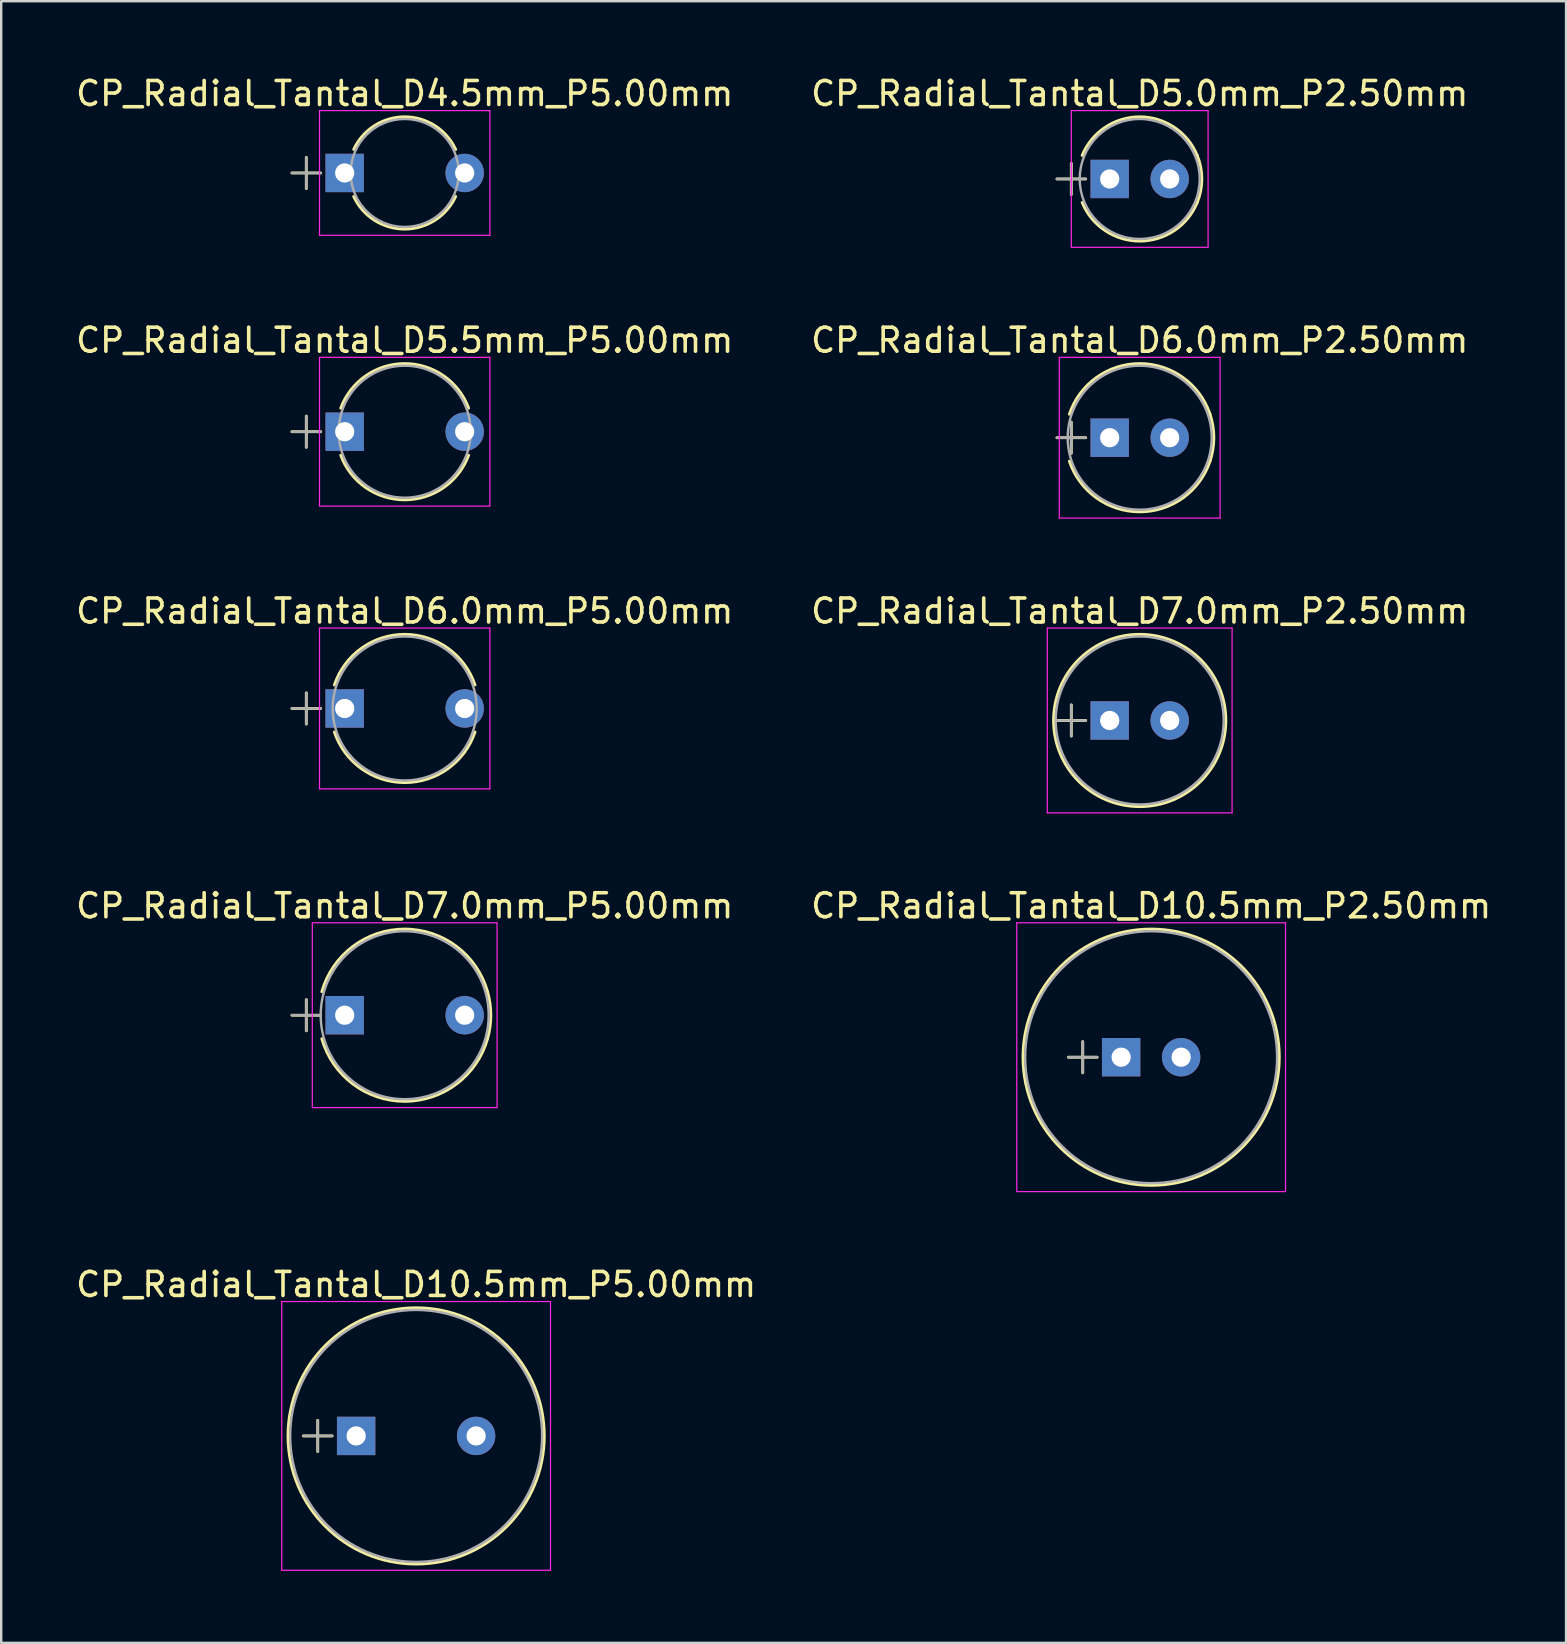
<source format=kicad_pcb>
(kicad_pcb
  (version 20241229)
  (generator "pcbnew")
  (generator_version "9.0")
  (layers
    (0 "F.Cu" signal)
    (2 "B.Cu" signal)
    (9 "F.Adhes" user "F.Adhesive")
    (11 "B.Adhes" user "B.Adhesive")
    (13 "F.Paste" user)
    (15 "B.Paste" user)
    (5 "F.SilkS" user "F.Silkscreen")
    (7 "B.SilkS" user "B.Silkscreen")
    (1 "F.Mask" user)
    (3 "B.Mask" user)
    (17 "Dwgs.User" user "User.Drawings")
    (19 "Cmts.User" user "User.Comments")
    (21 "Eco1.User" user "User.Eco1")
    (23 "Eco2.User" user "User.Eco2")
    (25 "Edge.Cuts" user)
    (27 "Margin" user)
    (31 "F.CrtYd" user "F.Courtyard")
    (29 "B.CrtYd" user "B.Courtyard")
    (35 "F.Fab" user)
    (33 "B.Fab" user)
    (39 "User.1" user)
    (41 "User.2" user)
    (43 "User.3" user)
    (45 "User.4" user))
  (footprint "CP_Radial_Tantal_D5.0mm_P2.50mm"
    (layer "F.Cu")
    (at 43.196 4.408)
    (property "Reference" "CP_Radial_Tantal_D5.0mm_P2.50mm" (at 1.25 -3.56 0) (layer "F.SilkS") (effects (font (size 1 1) (thickness 0.15))))
    (attr through_hole)
    (fp_line (start -2.2 0) (end -1 0) (stroke (width 0.12) (type solid)) (layer "F.SilkS"))
    (fp_line (start -1.6 -0.65) (end -1.6 0.65) (stroke (width 0.12) (type solid)) (layer "F.SilkS"))
    (fp_arc (start -1.147436 -0.98) (mid 1.249244 -2.59) (end 3.646863 -0.9814) (stroke (width 0.12) (type solid)) (layer "F.SilkS"))
    (fp_arc (start 3.646863 0.9814) (mid 1.249244 2.59) (end -1.147436 0.98) (stroke (width 0.12) (type solid)) (layer "F.SilkS"))
    (fp_arc (start 3.647436 -0.98) (mid 3.84 0.000756) (end 3.646863 0.9814) (stroke (width 0.12) (type solid)) (layer "F.SilkS"))
    (fp_line (start -1.6 -2.85) (end -1.6 2.85) (stroke (width 0.05) (type solid)) (layer "F.CrtYd"))
    (fp_line (start -1.6 2.85) (end 4.1 2.85) (stroke (width 0.05) (type solid)) (layer "F.CrtYd"))
    (fp_line (start 4.1 -2.85) (end -1.6 -2.85) (stroke (width 0.05) (type solid)) (layer "F.CrtYd"))
    (fp_line (start 4.1 2.85) (end 4.1 -2.85) (stroke (width 0.05) (type solid)) (layer "F.CrtYd"))
    (fp_line (start -2.2 0) (end -1 0) (stroke (width 0.1) (type solid)) (layer "F.Fab"))
    (fp_line (start -1.6 -0.65) (end -1.6 0.65) (stroke (width 0.1) (type solid)) (layer "F.Fab"))
    (fp_circle (center 1.25 0) (end 3.75 0) (stroke (width 0.1) (type solid)) (fill no) (layer "F.Fab"))
    (pad "1" thru_hole rect (at 0 0) (size 1.6 1.6) (drill 0.8) (layers "*.Cu" "*.Mask"))
    (pad "2" thru_hole circle (at 2.5 0) (size 1.6 1.6) (drill 0.8) (layers "*.Cu" "*.Mask")))
  (footprint "CP_Radial_Tantal_D7.0mm_P5.00mm"
    (layer "F.Cu")
    (at 11.315 39.258)
    (property "Reference" "CP_Radial_Tantal_D7.0mm_P5.00mm" (at 2.5 -4.56 0) (layer "F.SilkS") (effects (font (size 1 1) (thickness 0.15))))
    (attr through_hole)
    (fp_line (start -2.2 0) (end -1 0) (stroke (width 0.12) (type solid)) (layer "F.SilkS"))
    (fp_line (start -1.6 -0.65) (end -1.6 0.65) (stroke (width 0.12) (type solid)) (layer "F.SilkS"))
    (fp_arc (start -0.95365 -0.98) (mid 2.49948 -3.59) (end 5.953366 -0.981) (stroke (width 0.12) (type solid)) (layer "F.SilkS"))
    (fp_arc (start 5.953366 0.981) (mid 2.49948 3.59) (end -0.95365 0.98) (stroke (width 0.12) (type solid)) (layer "F.SilkS"))
    (fp_arc (start 5.95365 -0.98) (mid 6.09 0.00052) (end 5.953366 0.981) (stroke (width 0.12) (type solid)) (layer "F.SilkS"))
    (fp_line (start -1.35 -3.85) (end -1.35 3.85) (stroke (width 0.05) (type solid)) (layer "F.CrtYd"))
    (fp_line (start -1.35 3.85) (end 6.35 3.85) (stroke (width 0.05) (type solid)) (layer "F.CrtYd"))
    (fp_line (start 6.35 -3.85) (end -1.35 -3.85) (stroke (width 0.05) (type solid)) (layer "F.CrtYd"))
    (fp_line (start 6.35 3.85) (end 6.35 -3.85) (stroke (width 0.05) (type solid)) (layer "F.CrtYd"))
    (fp_line (start -2.2 0) (end -1 0) (stroke (width 0.1) (type solid)) (layer "F.Fab"))
    (fp_line (start -1.6 -0.65) (end -1.6 0.65) (stroke (width 0.1) (type solid)) (layer "F.Fab"))
    (fp_circle (center 2.5 0) (end 6 0) (stroke (width 0.1) (type solid)) (fill no) (layer "F.Fab"))
    (pad "1" thru_hole rect (at 0 0) (size 1.6 1.6) (drill 0.8) (layers "*.Cu" "*.Mask"))
    (pad "2" thru_hole circle (at 5 0) (size 1.6 1.6) (drill 0.8) (layers "*.Cu" "*.Mask")))
  (footprint "CP_Radial_Tantal_D10.5mm_P5.00mm"
    (layer "F.Cu")
    (at 11.792 56.791)
    (property "Reference" "CP_Radial_Tantal_D10.5mm_P5.00mm" (at 2.5 -6.31 0) (layer "F.SilkS") (effects (font (size 1 1) (thickness 0.15))))
    (attr through_hole)
    (fp_line (start -2.2 0) (end -1 0) (stroke (width 0.12) (type solid)) (layer "F.SilkS"))
    (fp_line (start -1.6 -0.65) (end -1.6 0.65) (stroke (width 0.12) (type solid)) (layer "F.SilkS"))
    (fp_circle (center 2.5 0) (end 7.84 0) (stroke (width 0.12) (type solid)) (fill no) (layer "F.SilkS"))
    (fp_line (start -3.1 -5.6) (end -3.1 5.6) (stroke (width 0.05) (type solid)) (layer "F.CrtYd"))
    (fp_line (start -3.1 5.6) (end 8.1 5.6) (stroke (width 0.05) (type solid)) (layer "F.CrtYd"))
    (fp_line (start 8.1 -5.6) (end -3.1 -5.6) (stroke (width 0.05) (type solid)) (layer "F.CrtYd"))
    (fp_line (start 8.1 5.6) (end 8.1 -5.6) (stroke (width 0.05) (type solid)) (layer "F.CrtYd"))
    (fp_line (start -2.2 0) (end -1 0) (stroke (width 0.1) (type solid)) (layer "F.Fab"))
    (fp_line (start -1.6 -0.65) (end -1.6 0.65) (stroke (width 0.1) (type solid)) (layer "F.Fab"))
    (fp_circle (center 2.5 0) (end 7.75 0) (stroke (width 0.1) (type solid)) (fill no) (layer "F.Fab"))
    (pad "1" thru_hole rect (at 0 0) (size 1.6 1.6) (drill 0.8) (layers "*.Cu" "*.Mask"))
    (pad "2" thru_hole circle (at 5 0) (size 1.6 1.6) (drill 0.8) (layers "*.Cu" "*.Mask")))
  (footprint "CP_Radial_Tantal_D5.5mm_P5.00mm"
    (layer "F.Cu")
    (at 11.315 14.941)
    (property "Reference" "CP_Radial_Tantal_D5.5mm_P5.00mm" (at 2.5 -3.81 0) (layer "F.SilkS") (effects (font (size 1 1) (thickness 0.15))))
    (attr through_hole)
    (fp_line (start -2.2 0) (end -1 0) (stroke (width 0.12) (type solid)) (layer "F.SilkS"))
    (fp_line (start -1.6 -0.65) (end -1.6 0.65) (stroke (width 0.12) (type solid)) (layer "F.SilkS"))
    (fp_arc (start -0.165558 -0.98) (mid 2.499311 -2.84) (end 5.165082 -0.981294) (stroke (width 0.12) (type solid)) (layer "F.SilkS"))
    (fp_arc (start 5.165082 0.981294) (mid 2.499311 2.84) (end -0.165558 0.98) (stroke (width 0.12) (type solid)) (layer "F.SilkS"))
    (fp_line (start -1.05 -3.1) (end -1.05 3.1) (stroke (width 0.05) (type solid)) (layer "F.CrtYd"))
    (fp_line (start -1.05 3.1) (end 6.05 3.1) (stroke (width 0.05) (type solid)) (layer "F.CrtYd"))
    (fp_line (start 6.05 -3.1) (end -1.05 -3.1) (stroke (width 0.05) (type solid)) (layer "F.CrtYd"))
    (fp_line (start 6.05 3.1) (end 6.05 -3.1) (stroke (width 0.05) (type solid)) (layer "F.CrtYd"))
    (fp_line (start -2.2 0) (end -1 0) (stroke (width 0.1) (type solid)) (layer "F.Fab"))
    (fp_line (start -1.6 -0.65) (end -1.6 0.65) (stroke (width 0.1) (type solid)) (layer "F.Fab"))
    (fp_circle (center 2.5 0) (end 5.25 0) (stroke (width 0.1) (type solid)) (fill no) (layer "F.Fab"))
    (pad "1" thru_hole rect (at 0 0) (size 1.6 1.6) (drill 0.8) (layers "*.Cu" "*.Mask"))
    (pad "2" thru_hole circle (at 5 0) (size 1.6 1.6) (drill 0.8) (layers "*.Cu" "*.Mask")))
  (footprint "CP_Radial_Tantal_D7.0mm_P2.50mm"
    (layer "F.Cu")
    (at 43.196 26.975)
    (property "Reference" "CP_Radial_Tantal_D7.0mm_P2.50mm" (at 1.25 -4.56 0) (layer "F.SilkS") (effects (font (size 1 1) (thickness 0.15))))
    (attr through_hole)
    (fp_line (start -2.2 0) (end -1 0) (stroke (width 0.12) (type solid)) (layer "F.SilkS"))
    (fp_line (start -1.6 -0.65) (end -1.6 0.65) (stroke (width 0.12) (type solid)) (layer "F.SilkS"))
    (fp_circle (center 1.25 0) (end 4.84 0) (stroke (width 0.12) (type solid)) (fill no) (layer "F.SilkS"))
    (fp_line (start -2.6 -3.85) (end -2.6 3.85) (stroke (width 0.05) (type solid)) (layer "F.CrtYd"))
    (fp_line (start -2.6 3.85) (end 5.1 3.85) (stroke (width 0.05) (type solid)) (layer "F.CrtYd"))
    (fp_line (start 5.1 -3.85) (end -2.6 -3.85) (stroke (width 0.05) (type solid)) (layer "F.CrtYd"))
    (fp_line (start 5.1 3.85) (end 5.1 -3.85) (stroke (width 0.05) (type solid)) (layer "F.CrtYd"))
    (fp_line (start -2.2 0) (end -1 0) (stroke (width 0.1) (type solid)) (layer "F.Fab"))
    (fp_line (start -1.6 -0.65) (end -1.6 0.65) (stroke (width 0.1) (type solid)) (layer "F.Fab"))
    (fp_circle (center 1.25 0) (end 4.75 0) (stroke (width 0.1) (type solid)) (fill no) (layer "F.Fab"))
    (pad "1" thru_hole rect (at 0 0) (size 1.6 1.6) (drill 0.8) (layers "*.Cu" "*.Mask"))
    (pad "2" thru_hole circle (at 2.5 0) (size 1.6 1.6) (drill 0.8) (layers "*.Cu" "*.Mask")))
  (footprint "CP_Radial_Tantal_D6.0mm_P2.50mm"
    (layer "F.Cu")
    (at 43.196 15.191)
    (property "Reference" "CP_Radial_Tantal_D6.0mm_P2.50mm" (at 1.25 -4.06 0) (layer "F.SilkS") (effects (font (size 1 1) (thickness 0.15))))
    (attr through_hole)
    (fp_line (start -2.2 0) (end -1 0) (stroke (width 0.12) (type solid)) (layer "F.SilkS"))
    (fp_line (start -1.6 -0.65) (end -1.6 0.65) (stroke (width 0.12) (type solid)) (layer "F.SilkS"))
    (fp_arc (start -1.680478 -0.98) (mid 1.249503 -3.09) (end 4.180163 -0.980943) (stroke (width 0.12) (type solid)) (layer "F.SilkS"))
    (fp_arc (start 4.180163 0.980943) (mid 1.249503 3.090001) (end -1.680478 0.98) (stroke (width 0.12) (type solid)) (layer "F.SilkS"))
    (fp_arc (start 4.180478 -0.98) (mid 4.34 0.000497) (end 4.180163 0.980943) (stroke (width 0.12) (type solid)) (layer "F.SilkS"))
    (fp_line (start -2.1 -3.35) (end -2.1 3.35) (stroke (width 0.05) (type solid)) (layer "F.CrtYd"))
    (fp_line (start -2.1 3.35) (end 4.6 3.35) (stroke (width 0.05) (type solid)) (layer "F.CrtYd"))
    (fp_line (start 4.6 -3.35) (end -2.1 -3.35) (stroke (width 0.05) (type solid)) (layer "F.CrtYd"))
    (fp_line (start 4.6 3.35) (end 4.6 -3.35) (stroke (width 0.05) (type solid)) (layer "F.CrtYd"))
    (fp_line (start -2.2 0) (end -1 0) (stroke (width 0.1) (type solid)) (layer "F.Fab"))
    (fp_line (start -1.6 -0.65) (end -1.6 0.65) (stroke (width 0.1) (type solid)) (layer "F.Fab"))
    (fp_circle (center 1.25 0) (end 4.25 0) (stroke (width 0.1) (type solid)) (fill no) (layer "F.Fab"))
    (pad "1" thru_hole rect (at 0 0) (size 1.6 1.6) (drill 0.8) (layers "*.Cu" "*.Mask"))
    (pad "2" thru_hole circle (at 2.5 0) (size 1.6 1.6) (drill 0.8) (layers "*.Cu" "*.Mask")))
  (footprint "CP_Radial_Tantal_D10.5mm_P2.50mm"
    (layer "F.Cu")
    (at 43.673 41.008)
    (property "Reference" "CP_Radial_Tantal_D10.5mm_P2.50mm" (at 1.25 -6.31 0) (layer "F.SilkS") (effects (font (size 1 1) (thickness 0.15))))
    (attr through_hole)
    (fp_line (start -2.2 0) (end -1 0) (stroke (width 0.12) (type solid)) (layer "F.SilkS"))
    (fp_line (start -1.6 -0.65) (end -1.6 0.65) (stroke (width 0.12) (type solid)) (layer "F.SilkS"))
    (fp_circle (center 1.25 0) (end 6.59 0) (stroke (width 0.12) (type solid)) (fill no) (layer "F.SilkS"))
    (fp_line (start -4.35 -5.6) (end -4.35 5.6) (stroke (width 0.05) (type solid)) (layer "F.CrtYd"))
    (fp_line (start -4.35 5.6) (end 6.85 5.6) (stroke (width 0.05) (type solid)) (layer "F.CrtYd"))
    (fp_line (start 6.85 -5.6) (end -4.35 -5.6) (stroke (width 0.05) (type solid)) (layer "F.CrtYd"))
    (fp_line (start 6.85 5.6) (end 6.85 -5.6) (stroke (width 0.05) (type solid)) (layer "F.CrtYd"))
    (fp_line (start -2.2 0) (end -1 0) (stroke (width 0.1) (type solid)) (layer "F.Fab"))
    (fp_line (start -1.6 -0.65) (end -1.6 0.65) (stroke (width 0.1) (type solid)) (layer "F.Fab"))
    (fp_circle (center 1.25 0) (end 6.5 0) (stroke (width 0.1) (type solid)) (fill no) (layer "F.Fab"))
    (pad "1" thru_hole rect (at 0 0) (size 1.6 1.6) (drill 0.8) (layers "*.Cu" "*.Mask"))
    (pad "2" thru_hole circle (at 2.5 0) (size 1.6 1.6) (drill 0.8) (layers "*.Cu" "*.Mask")))
  (footprint "CP_Radial_Tantal_D4.5mm_P5.00mm"
    (layer "F.Cu")
    (at 11.315 4.158)
    (property "Reference" "CP_Radial_Tantal_D4.5mm_P5.00mm" (at 2.5 -3.31 0) (layer "F.SilkS") (effects (font (size 1 1) (thickness 0.15))))
    (attr through_hole)
    (fp_line (start -2.2 0) (end -1 0) (stroke (width 0.12) (type solid)) (layer "F.SilkS"))
    (fp_line (start -1.6 -0.65) (end -1.6 0.65) (stroke (width 0.12) (type solid)) (layer "F.SilkS"))
    (fp_arc (start 0.3751 -0.98) (mid 2.50037 -2.34) (end 4.62521 -0.979328) (stroke (width 0.12) (type solid)) (layer "F.SilkS"))
    (fp_arc (start 4.62521 0.979328) (mid 2.50037 2.34) (end 0.3751 0.98) (stroke (width 0.12) (type solid)) (layer "F.SilkS"))
    (fp_line (start -1.05 -2.6) (end -1.05 2.6) (stroke (width 0.05) (type solid)) (layer "F.CrtYd"))
    (fp_line (start -1.05 2.6) (end 6.05 2.6) (stroke (width 0.05) (type solid)) (layer "F.CrtYd"))
    (fp_line (start 6.05 -2.6) (end -1.05 -2.6) (stroke (width 0.05) (type solid)) (layer "F.CrtYd"))
    (fp_line (start 6.05 2.6) (end 6.05 -2.6) (stroke (width 0.05) (type solid)) (layer "F.CrtYd"))
    (fp_line (start -2.2 0) (end -1 0) (stroke (width 0.1) (type solid)) (layer "F.Fab"))
    (fp_line (start -1.6 -0.65) (end -1.6 0.65) (stroke (width 0.1) (type solid)) (layer "F.Fab"))
    (fp_circle (center 2.5 0) (end 4.75 0) (stroke (width 0.1) (type solid)) (fill no) (layer "F.Fab"))
    (pad "1" thru_hole rect (at 0 0) (size 1.6 1.6) (drill 0.8) (layers "*.Cu" "*.Mask"))
    (pad "2" thru_hole circle (at 5 0) (size 1.6 1.6) (drill 0.8) (layers "*.Cu" "*.Mask")))
  (footprint "CP_Radial_Tantal_D6.0mm_P5.00mm"
    (layer "F.Cu")
    (at 11.315 26.475)
    (property "Reference" "CP_Radial_Tantal_D6.0mm_P5.00mm" (at 2.5 -4.06 0) (layer "F.SilkS") (effects (font (size 1 1) (thickness 0.15))))
    (attr through_hole)
    (fp_line (start -2.2 0) (end -1 0) (stroke (width 0.12) (type solid)) (layer "F.SilkS"))
    (fp_line (start -1.6 -0.65) (end -1.6 0.65) (stroke (width 0.12) (type solid)) (layer "F.SilkS"))
    (fp_arc (start -0.430478 -0.98) (mid 2.499503 -3.09) (end 5.430163 -0.980943) (stroke (width 0.12) (type solid)) (layer "F.SilkS"))
    (fp_arc (start 5.430163 0.980943) (mid 2.499503 3.090001) (end -0.430478 0.98) (stroke (width 0.12) (type solid)) (layer "F.SilkS"))
    (fp_line (start -1.05 -3.35) (end -1.05 3.35) (stroke (width 0.05) (type solid)) (layer "F.CrtYd"))
    (fp_line (start -1.05 3.35) (end 6.05 3.35) (stroke (width 0.05) (type solid)) (layer "F.CrtYd"))
    (fp_line (start 6.05 -3.35) (end -1.05 -3.35) (stroke (width 0.05) (type solid)) (layer "F.CrtYd"))
    (fp_line (start 6.05 3.35) (end 6.05 -3.35) (stroke (width 0.05) (type solid)) (layer "F.CrtYd"))
    (fp_line (start -2.2 0) (end -1 0) (stroke (width 0.1) (type solid)) (layer "F.Fab"))
    (fp_line (start -1.6 -0.65) (end -1.6 0.65) (stroke (width 0.1) (type solid)) (layer "F.Fab"))
    (fp_circle (center 2.5 0) (end 5.5 0) (stroke (width 0.1) (type solid)) (fill no) (layer "F.Fab"))
    (pad "1" thru_hole rect (at 0 0) (size 1.6 1.6) (drill 0.8) (layers "*.Cu" "*.Mask"))
    (pad "2" thru_hole circle (at 5 0) (size 1.6 1.6) (drill 0.8) (layers "*.Cu" "*.Mask")))
  (gr_rect
    (start -3 -3)
    (end 62.214 65.416)
    (stroke (width 0.1) (type default))
    (fill no)
    (layer "Edge.Cuts")))
</source>
